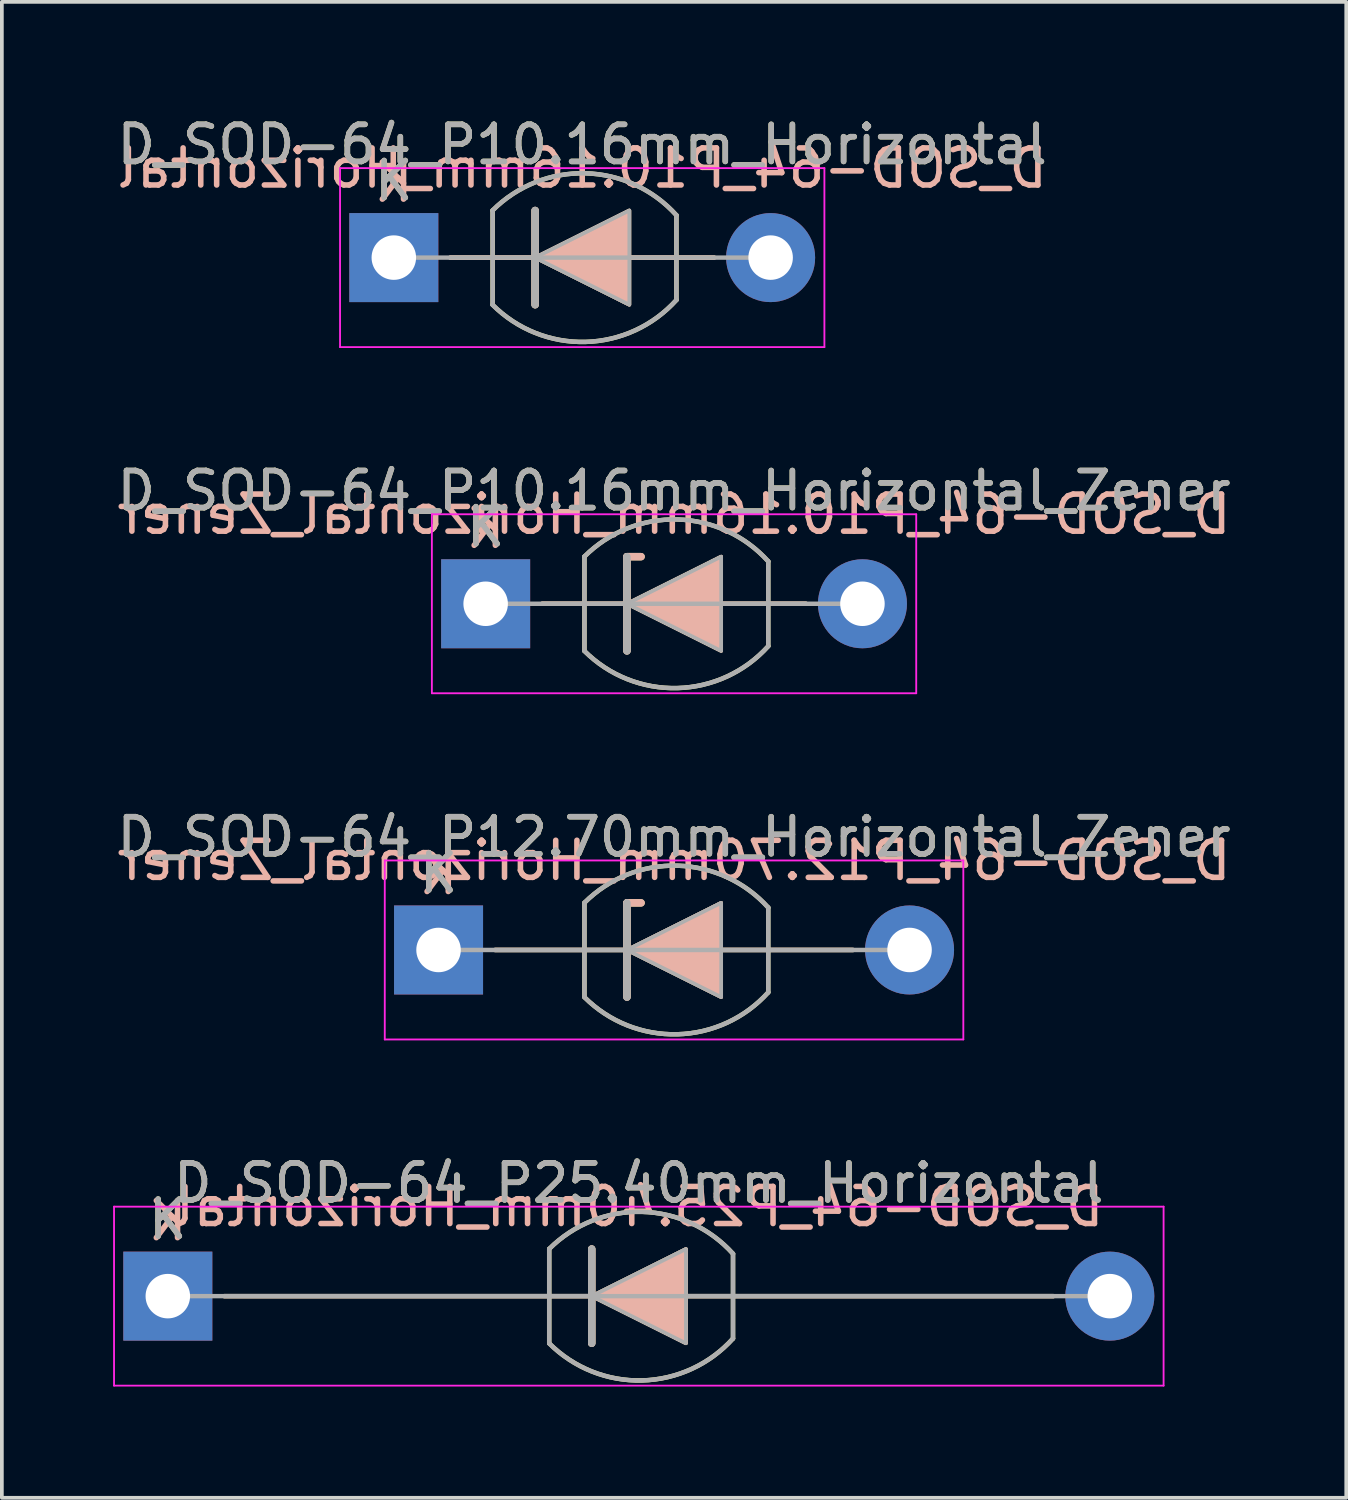
<source format=kicad_pcb>
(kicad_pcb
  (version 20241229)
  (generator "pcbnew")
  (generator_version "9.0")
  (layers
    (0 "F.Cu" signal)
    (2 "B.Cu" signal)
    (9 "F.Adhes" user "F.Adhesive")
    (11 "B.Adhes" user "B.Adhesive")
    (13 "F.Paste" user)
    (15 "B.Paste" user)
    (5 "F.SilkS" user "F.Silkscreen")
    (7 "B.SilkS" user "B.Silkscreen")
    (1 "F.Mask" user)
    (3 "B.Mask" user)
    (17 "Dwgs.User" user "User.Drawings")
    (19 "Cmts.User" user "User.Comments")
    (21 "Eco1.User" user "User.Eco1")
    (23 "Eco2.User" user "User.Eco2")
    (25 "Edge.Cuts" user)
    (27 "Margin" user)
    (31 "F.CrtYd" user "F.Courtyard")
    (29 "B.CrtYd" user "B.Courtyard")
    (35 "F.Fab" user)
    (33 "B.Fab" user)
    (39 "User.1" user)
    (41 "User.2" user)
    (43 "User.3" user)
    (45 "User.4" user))
  (footprint "D_SOD-64_P10.16mm_Horizontal"
    (layer "F.Cu")
    (at 7.569 3.896)
    (property "Reference" "D_SOD-64_P10.16mm_Horizontal" (at 5.08 -3.048 0) (layer "F.SilkS") (effects (font (size 1 1) (thickness 0.15))))
    (fp_line (start 1.524 0) (end 8.636 0) (stroke (width 0.12) (type solid)) (layer "F.SilkS"))
    (fp_line (start 2.664 1.27) (end 2.664 -1.273) (stroke (width 0.12) (type solid)) (layer "F.SilkS"))
    (fp_line (start 3.81 1.27) (end 3.81 -1.27) (stroke (width 0.2) (type solid)) (layer "F.SilkS"))
    (fp_line (start 7.62 -1.143) (end 7.62 1.143) (stroke (width 0.12) (type solid)) (layer "F.SilkS"))
    (fp_arc (start 2.66366 -1.27334) (mid 5.169833 -2.273039) (end 7.619998 -1.143) (stroke (width 0.12) (type solid)) (layer "F.SilkS"))
    (fp_arc (start 7.62 1.143) (mid 5.170216 2.273029) (end 2.664202 1.273879) (stroke (width 0.12) (type solid)) (layer "F.SilkS"))
    (fp_poly (pts (xy 6.35 1.27) (xy 3.81 0) (xy 6.35 -1.27)) (stroke (width 0.1) (type solid)) (fill yes) (layer "F.SilkS"))
    (fp_line (start 1.524 0) (end 8.636 0) (stroke (width 0.12) (type solid)) (layer "B.SilkS"))
    (fp_line (start 3.81 -1.27) (end 3.81 1.27) (stroke (width 0.2) (type solid)) (layer "B.SilkS"))
    (fp_poly (pts (xy 6.35 -1.27) (xy 3.81 0) (xy 6.35 1.27)) (stroke (width 0.1) (type solid)) (fill yes) (layer "B.SilkS"))
    (fp_line (start -1.45 -2.413) (end -1.45 2.413) (stroke (width 0.05) (type solid)) (layer "F.CrtYd"))
    (fp_line (start -1.45 2.413) (end 11.61 2.413) (stroke (width 0.05) (type solid)) (layer "F.CrtYd"))
    (fp_line (start 11.61 -2.413) (end -1.45 -2.413) (stroke (width 0.05) (type solid)) (layer "F.CrtYd"))
    (fp_line (start 11.61 2.413) (end 11.61 -2.413) (stroke (width 0.05) (type solid)) (layer "F.CrtYd"))
    (fp_line (start 0 0) (end 10.16 0) (stroke (width 0.12) (type solid)) (layer "F.Fab"))
    (fp_line (start 2.664 1.274) (end 2.664 -1.273) (stroke (width 0.12) (type solid)) (layer "F.Fab"))
    (fp_line (start 3.81 1.27) (end 3.81 -1.27) (stroke (width 0.2) (type solid)) (layer "F.Fab"))
    (fp_line (start 7.62 -1.143) (end 7.62 1.143) (stroke (width 0.12) (type solid)) (layer "F.Fab"))
    (fp_arc (start 2.6642 -1.273879) (mid 5.170214 -2.273029) (end 7.619998 -1.143) (stroke (width 0.12) (type solid)) (layer "F.Fab"))
    (fp_arc (start 7.62 1.143) (mid 5.170216 2.273029) (end 2.664202 1.273879) (stroke (width 0.12) (type solid)) (layer "F.Fab"))
    (fp_poly (pts (xy 6.35 1.27) (xy 3.81 0) (xy 6.35 -1.27)) (stroke (width 0.1) (type solid)) (fill no) (layer "F.Fab"))
    (fp_text user "K" (at 0 -2.073 0) (layer "F.SilkS") (effects (font (size 1 1) (thickness 0.15))))
    (fp_text user "${REFERENCE}" (at 5.08 -2.413 0) (layer "B.SilkS") (effects (font (size 1 1) (thickness 0.15)) (justify mirror)))
    (fp_text user "K" (at 0 -2.032 0) (layer "B.SilkS") (effects (font (size 1 1) (thickness 0.15)) (justify mirror)))
    (fp_text user "K" (at 0 -2.073 0) (layer "F.Fab") (effects (font (size 1 1) (thickness 0.15))))
    (fp_text user "${REFERENCE}" (at 5.08 -3.048 0) (layer "F.Fab") (effects (font (size 1 1) (thickness 0.15))))
    (pad "1" thru_hole rect (at 0 0) (size 2.4 2.4) (drill 1.2) (layers "*.Cu" "*.Mask"))
    (pad "2" thru_hole oval (at 10.16 0) (size 2.4 2.4) (drill 1.2) (layers "*.Cu" "*.Mask")))
  (footprint "D_SOD-64_P10.16mm_Horizontal_Zener"
    (layer "F.Cu")
    (at 10.045 13.23)
    (property "Reference" "D_SOD-64_P10.16mm_Horizontal_Zener" (at 5.08 -3.048 0) (layer "F.SilkS") (effects (font (size 1 1) (thickness 0.15))))
    (fp_line (start 1.524 0) (end 8.636 0) (stroke (width 0.12) (type solid)) (layer "F.SilkS"))
    (fp_line (start 2.664 1.27) (end 2.664 -1.273) (stroke (width 0.12) (type solid)) (layer "F.SilkS"))
    (fp_line (start 3.81 -1.27) (end 4.191 -1.27) (stroke (width 0.2) (type solid)) (layer "F.SilkS"))
    (fp_line (start 3.81 1.27) (end 3.81 -1.27) (stroke (width 0.2) (type solid)) (layer "F.SilkS"))
    (fp_line (start 7.62 -1.143) (end 7.62 1.143) (stroke (width 0.12) (type solid)) (layer "F.SilkS"))
    (fp_arc (start 2.66366 -1.27334) (mid 5.169833 -2.273039) (end 7.619998 -1.143) (stroke (width 0.12) (type solid)) (layer "F.SilkS"))
    (fp_arc (start 7.62 1.143) (mid 5.170216 2.273029) (end 2.664202 1.273879) (stroke (width 0.12) (type solid)) (layer "F.SilkS"))
    (fp_poly (pts (xy 6.35 1.27) (xy 3.81 0) (xy 6.35 -1.27)) (stroke (width 0.1) (type solid)) (fill yes) (layer "F.SilkS"))
    (fp_line (start 1.524 0) (end 8.636 0) (stroke (width 0.12) (type solid)) (layer "B.SilkS"))
    (fp_line (start 3.81 -1.27) (end 3.81 1.27) (stroke (width 0.2) (type solid)) (layer "B.SilkS"))
    (fp_line (start 3.81 -1.27) (end 4.191 -1.27) (stroke (width 0.2) (type solid)) (layer "B.SilkS"))
    (fp_poly (pts (xy 6.35 -1.27) (xy 3.81 0) (xy 6.35 1.27)) (stroke (width 0.1) (type solid)) (fill yes) (layer "B.SilkS"))
    (fp_line (start -1.45 -2.413) (end -1.45 2.413) (stroke (width 0.05) (type solid)) (layer "F.CrtYd"))
    (fp_line (start -1.45 2.413) (end 11.61 2.413) (stroke (width 0.05) (type solid)) (layer "F.CrtYd"))
    (fp_line (start 11.61 -2.413) (end -1.45 -2.413) (stroke (width 0.05) (type solid)) (layer "F.CrtYd"))
    (fp_line (start 11.61 2.413) (end 11.61 -2.413) (stroke (width 0.05) (type solid)) (layer "F.CrtYd"))
    (fp_line (start 0 0) (end 10.16 0) (stroke (width 0.12) (type solid)) (layer "F.Fab"))
    (fp_line (start 2.664 1.274) (end 2.664 -1.273) (stroke (width 0.12) (type solid)) (layer "F.Fab"))
    (fp_line (start 3.81 1.27) (end 3.81 -1.27) (stroke (width 0.2) (type solid)) (layer "F.Fab"))
    (fp_line (start 7.62 -1.143) (end 7.62 1.143) (stroke (width 0.12) (type solid)) (layer "F.Fab"))
    (fp_arc (start 2.6642 -1.273879) (mid 5.170214 -2.273029) (end 7.619998 -1.143) (stroke (width 0.12) (type solid)) (layer "F.Fab"))
    (fp_arc (start 7.62 1.143) (mid 5.170216 2.273029) (end 2.664202 1.273879) (stroke (width 0.12) (type solid)) (layer "F.Fab"))
    (fp_poly (pts (xy 6.35 1.27) (xy 3.81 0) (xy 6.35 -1.27)) (stroke (width 0.1) (type solid)) (fill no) (layer "F.Fab"))
    (fp_text user "K" (at 0 -2.073 0) (layer "F.SilkS") (effects (font (size 1 1) (thickness 0.15))))
    (fp_text user "${REFERENCE}" (at 5.08 -2.413 0) (layer "B.SilkS") (effects (font (size 1 1) (thickness 0.15)) (justify mirror)))
    (fp_text user "K" (at 0 -2.032 0) (layer "B.SilkS") (effects (font (size 1 1) (thickness 0.15)) (justify mirror)))
    (fp_text user "K" (at 0 -2.073 0) (layer "F.Fab") (effects (font (size 1 1) (thickness 0.15))))
    (fp_text user "${REFERENCE}" (at 5.08 -3.048 0) (layer "F.Fab") (effects (font (size 1 1) (thickness 0.15))))
    (pad "1" thru_hole rect (at 0 0) (size 2.4 2.4) (drill 1.2) (layers "*.Cu" "*.Mask"))
    (pad "2" thru_hole oval (at 10.16 0) (size 2.4 2.4) (drill 1.2) (layers "*.Cu" "*.Mask")))
  (footprint "D_SOD-64_P12.70mm_Horizontal_Zener"
    (layer "F.Cu")
    (at 8.775 22.565)
    (property "Reference" "D_SOD-64_P12.70mm_Horizontal_Zener" (at 6.35 -3.048 0) (layer "F.SilkS") (effects (font (size 1 1) (thickness 0.15))))
    (fp_line (start 1.524 0) (end 11.176 0) (stroke (width 0.12) (type solid)) (layer "F.SilkS"))
    (fp_line (start 3.934 1.27) (end 3.934 -1.273) (stroke (width 0.12) (type solid)) (layer "F.SilkS"))
    (fp_line (start 5.08 -1.27) (end 5.461 -1.27) (stroke (width 0.2) (type solid)) (layer "F.SilkS"))
    (fp_line (start 5.08 1.27) (end 5.08 -1.27) (stroke (width 0.2) (type solid)) (layer "F.SilkS"))
    (fp_line (start 8.89 -1.143) (end 8.89 1.143) (stroke (width 0.12) (type solid)) (layer "F.SilkS"))
    (fp_arc (start 3.93366 -1.27334) (mid 6.439833 -2.273039) (end 8.889998 -1.143) (stroke (width 0.12) (type solid)) (layer "F.SilkS"))
    (fp_arc (start 8.89 1.143) (mid 6.440216 2.273029) (end 3.934202 1.273879) (stroke (width 0.12) (type solid)) (layer "F.SilkS"))
    (fp_poly (pts (xy 7.62 1.27) (xy 5.08 0) (xy 7.62 -1.27)) (stroke (width 0.1) (type solid)) (fill yes) (layer "F.SilkS"))
    (fp_line (start 1.524 0) (end 11.176 0) (stroke (width 0.12) (type solid)) (layer "B.SilkS"))
    (fp_line (start 5.08 -1.27) (end 5.08 1.27) (stroke (width 0.2) (type solid)) (layer "B.SilkS"))
    (fp_line (start 5.08 -1.27) (end 5.461 -1.27) (stroke (width 0.2) (type solid)) (layer "B.SilkS"))
    (fp_poly (pts (xy 7.62 -1.27) (xy 5.08 0) (xy 7.62 1.27)) (stroke (width 0.1) (type solid)) (fill yes) (layer "B.SilkS"))
    (fp_line (start -1.45 -2.413) (end -1.45 2.413) (stroke (width 0.05) (type solid)) (layer "F.CrtYd"))
    (fp_line (start -1.45 2.413) (end 14.15 2.413) (stroke (width 0.05) (type solid)) (layer "F.CrtYd"))
    (fp_line (start 14.15 -2.413) (end -1.45 -2.413) (stroke (width 0.05) (type solid)) (layer "F.CrtYd"))
    (fp_line (start 14.15 2.413) (end 14.15 -2.413) (stroke (width 0.05) (type solid)) (layer "F.CrtYd"))
    (fp_line (start 0 0) (end 12.7 0) (stroke (width 0.12) (type solid)) (layer "F.Fab"))
    (fp_line (start 3.934 1.274) (end 3.934 -1.273) (stroke (width 0.12) (type solid)) (layer "F.Fab"))
    (fp_line (start 5.08 1.27) (end 5.08 -1.27) (stroke (width 0.2) (type solid)) (layer "F.Fab"))
    (fp_line (start 8.89 -1.143) (end 8.89 1.143) (stroke (width 0.12) (type solid)) (layer "F.Fab"))
    (fp_arc (start 3.9342 -1.273879) (mid 6.440214 -2.273029) (end 8.889998 -1.143) (stroke (width 0.12) (type solid)) (layer "F.Fab"))
    (fp_arc (start 8.89 1.143) (mid 6.440216 2.273029) (end 3.934202 1.273879) (stroke (width 0.12) (type solid)) (layer "F.Fab"))
    (fp_poly (pts (xy 7.62 1.27) (xy 5.08 0) (xy 7.62 -1.27)) (stroke (width 0.1) (type solid)) (fill no) (layer "F.Fab"))
    (fp_text user "K" (at 0 -2.073 0) (layer "F.SilkS") (effects (font (size 1 1) (thickness 0.15))))
    (fp_text user "K" (at 0 -2.032 0) (layer "B.SilkS") (effects (font (size 1 1) (thickness 0.15)) (justify mirror)))
    (fp_text user "${REFERENCE}" (at 6.35 -2.413 0) (layer "B.SilkS") (effects (font (size 1 1) (thickness 0.15)) (justify mirror)))
    (fp_text user "K" (at 0 -2.073 0) (layer "F.Fab") (effects (font (size 1 1) (thickness 0.15))))
    (fp_text user "${REFERENCE}" (at 6.35 -3.048 0) (layer "F.Fab") (effects (font (size 1 1) (thickness 0.15))))
    (pad "1" thru_hole rect (at 0 0) (size 2.4 2.4) (drill 1.2) (layers "*.Cu" "*.Mask"))
    (pad "2" thru_hole oval (at 12.7 0) (size 2.4 2.4) (drill 1.2) (layers "*.Cu" "*.Mask")))
  (footprint "D_SOD-64_P25.40mm_Horizontal"
    (layer "F.Cu")
    (at 1.475 31.899)
    (property "Reference" "D_SOD-64_P25.40mm_Horizontal" (at 12.7 -3.048 0) (layer "F.SilkS") (effects (font (size 1 1) (thickness 0.15))))
    (fp_line (start 1.524 0) (end 23.876 0) (stroke (width 0.12) (type solid)) (layer "F.SilkS"))
    (fp_line (start 10.284 1.27) (end 10.284 -1.273) (stroke (width 0.12) (type solid)) (layer "F.SilkS"))
    (fp_line (start 11.43 1.27) (end 11.43 -1.27) (stroke (width 0.2) (type solid)) (layer "F.SilkS"))
    (fp_line (start 15.24 -1.143) (end 15.24 1.143) (stroke (width 0.12) (type solid)) (layer "F.SilkS"))
    (fp_arc (start 10.28366 -1.27334) (mid 12.789833 -2.273039) (end 15.239998 -1.143) (stroke (width 0.12) (type solid)) (layer "F.SilkS"))
    (fp_arc (start 15.24 1.143) (mid 12.790216 2.273029) (end 10.284202 1.273879) (stroke (width 0.12) (type solid)) (layer "F.SilkS"))
    (fp_poly (pts (xy 13.97 1.27) (xy 11.43 0) (xy 13.97 -1.27)) (stroke (width 0.1) (type solid)) (fill yes) (layer "F.SilkS"))
    (fp_line (start 1.524 0) (end 23.876 0) (stroke (width 0.12) (type solid)) (layer "B.SilkS"))
    (fp_line (start 11.43 -1.27) (end 11.43 1.27) (stroke (width 0.2) (type solid)) (layer "B.SilkS"))
    (fp_poly (pts (xy 13.97 -1.27) (xy 11.43 0) (xy 13.97 1.27)) (stroke (width 0.1) (type solid)) (fill yes) (layer "B.SilkS"))
    (fp_line (start -1.45 -2.413) (end -1.45 2.413) (stroke (width 0.05) (type solid)) (layer "F.CrtYd"))
    (fp_line (start -1.45 2.413) (end 26.85 2.413) (stroke (width 0.05) (type solid)) (layer "F.CrtYd"))
    (fp_line (start 26.85 -2.413) (end -1.45 -2.413) (stroke (width 0.05) (type solid)) (layer "F.CrtYd"))
    (fp_line (start 26.85 2.413) (end 26.85 -2.413) (stroke (width 0.05) (type solid)) (layer "F.CrtYd"))
    (fp_line (start 0 0) (end 25.4 0) (stroke (width 0.12) (type solid)) (layer "F.Fab"))
    (fp_line (start 10.284 1.274) (end 10.284 -1.273) (stroke (width 0.12) (type solid)) (layer "F.Fab"))
    (fp_line (start 11.43 1.27) (end 11.43 -1.27) (stroke (width 0.2) (type solid)) (layer "F.Fab"))
    (fp_line (start 15.24 -1.143) (end 15.24 1.143) (stroke (width 0.12) (type solid)) (layer "F.Fab"))
    (fp_arc (start 10.2842 -1.273879) (mid 12.790214 -2.273029) (end 15.239998 -1.143) (stroke (width 0.12) (type solid)) (layer "F.Fab"))
    (fp_arc (start 15.24 1.143) (mid 12.790216 2.273029) (end 10.284202 1.273879) (stroke (width 0.12) (type solid)) (layer "F.Fab"))
    (fp_poly (pts (xy 13.97 1.27) (xy 11.43 0) (xy 13.97 -1.27)) (stroke (width 0.1) (type solid)) (fill no) (layer "F.Fab"))
    (fp_text user "K" (at 0 -2.073 0) (layer "F.SilkS") (effects (font (size 1 1) (thickness 0.15))))
    (fp_text user "K" (at 0 -2.032 0) (layer "B.SilkS") (effects (font (size 1 1) (thickness 0.15)) (justify mirror)))
    (fp_text user "${REFERENCE}" (at 12.7 -2.413 0) (layer "B.SilkS") (effects (font (size 1 1) (thickness 0.15)) (justify mirror)))
    (fp_text user "${REFERENCE}" (at 12.7 -3.048 0) (layer "F.Fab") (effects (font (size 1 1) (thickness 0.15))))
    (fp_text user "K" (at 0 -2.073 0) (layer "F.Fab") (effects (font (size 1 1) (thickness 0.15))))
    (pad "1" thru_hole rect (at 0 0) (size 2.4 2.4) (drill 1.2) (layers "*.Cu" "*.Mask"))
    (pad "2" thru_hole oval (at 25.4 0) (size 2.4 2.4) (drill 1.2) (layers "*.Cu" "*.Mask")))
  (gr_rect
    (start -3 -3)
    (end 33.25 37.337)
    (stroke (width 0.1) (type default))
    (fill no)
    (layer "Edge.Cuts")))
</source>
